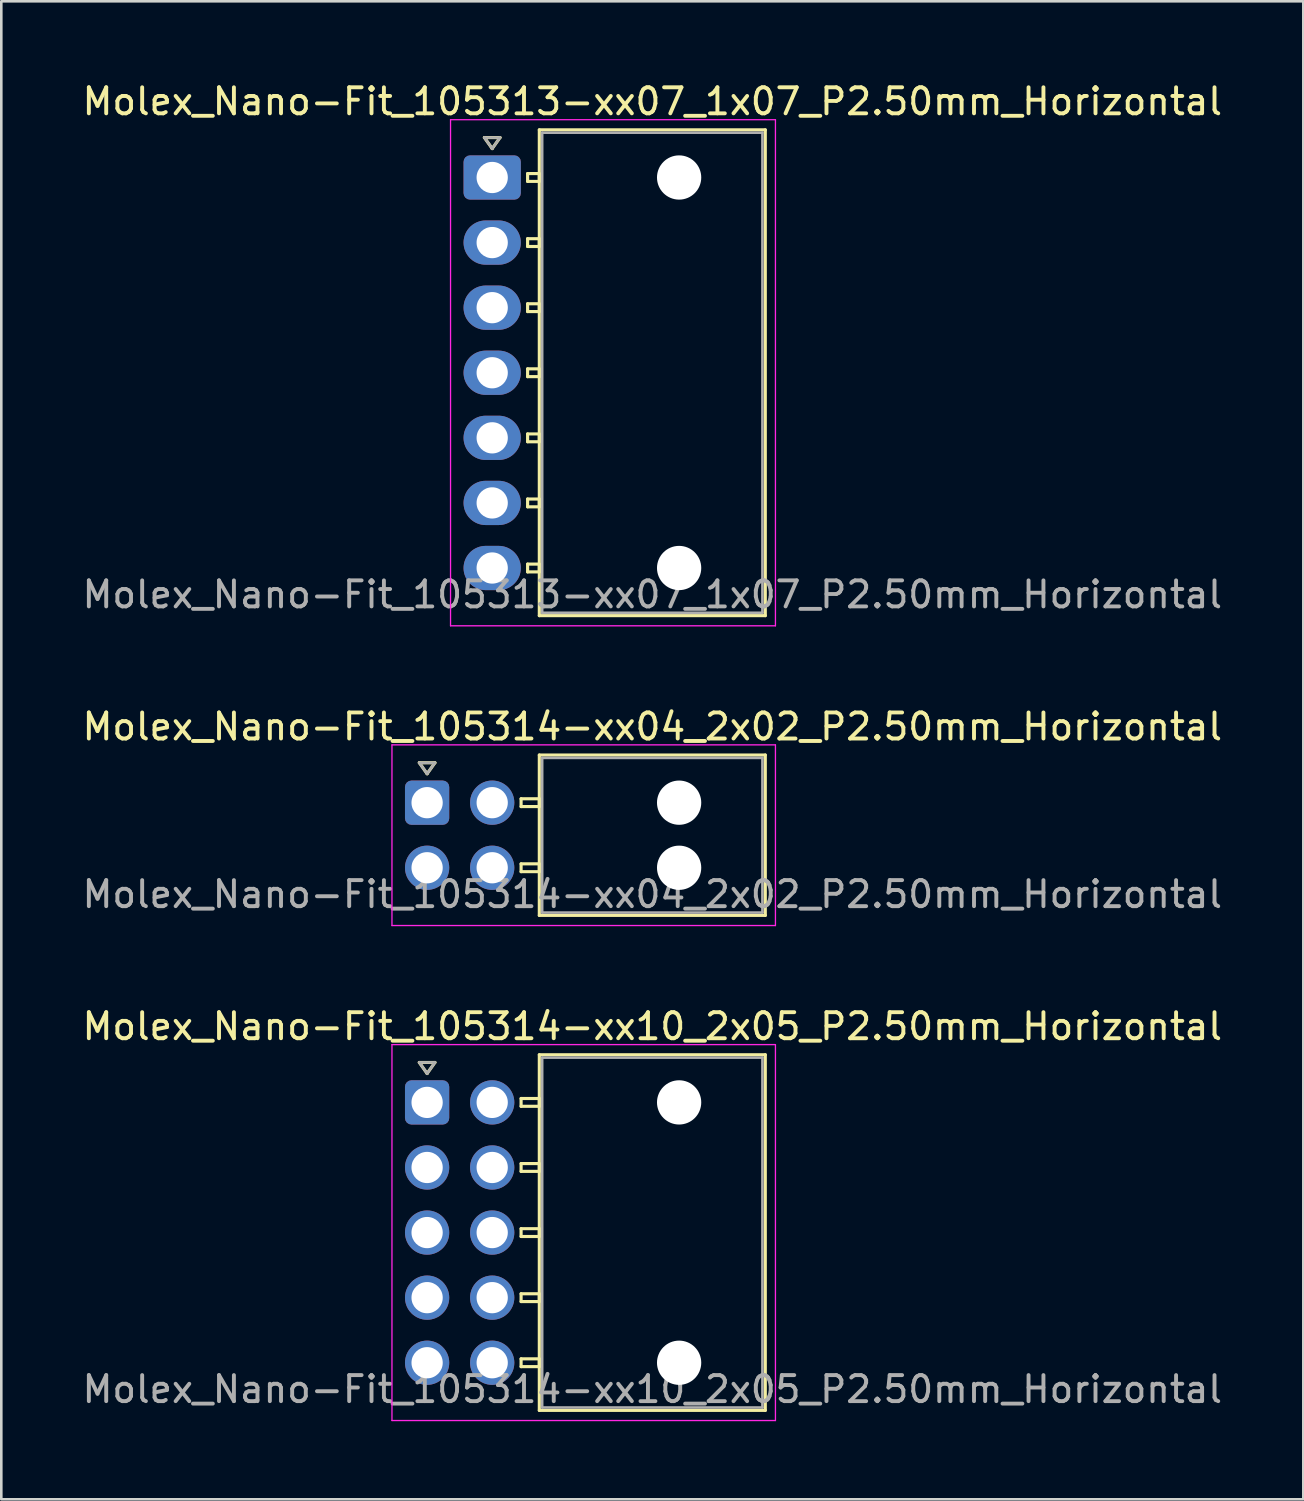
<source format=kicad_pcb>
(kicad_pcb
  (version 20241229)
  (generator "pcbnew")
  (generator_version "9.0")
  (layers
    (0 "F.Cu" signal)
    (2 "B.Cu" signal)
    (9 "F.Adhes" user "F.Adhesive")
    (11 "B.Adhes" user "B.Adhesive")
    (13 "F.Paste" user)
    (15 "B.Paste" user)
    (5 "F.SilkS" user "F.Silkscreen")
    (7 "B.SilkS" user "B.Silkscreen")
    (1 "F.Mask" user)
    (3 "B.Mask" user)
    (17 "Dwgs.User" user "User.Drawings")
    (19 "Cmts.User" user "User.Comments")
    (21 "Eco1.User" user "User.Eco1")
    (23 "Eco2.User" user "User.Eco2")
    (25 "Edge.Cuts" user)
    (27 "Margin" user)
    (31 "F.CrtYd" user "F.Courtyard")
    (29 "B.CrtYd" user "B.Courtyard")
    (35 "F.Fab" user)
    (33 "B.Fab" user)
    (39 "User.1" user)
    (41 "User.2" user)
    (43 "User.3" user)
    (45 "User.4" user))
  (footprint "Molex_Nano-Fit_105314-xx04_2x02_P2.50mm_Horizontal"
    (layer "F.Cu")
    (at 13.356 27.782)
    (property "Reference" "Molex_Nano-Fit_105314-xx04_2x02_P2.50mm_Horizontal" (at 8.65 -2.92 0) (layer "F.SilkS") (effects (font (size 1 1) (thickness 0.15))))
    (attr through_hole)
    (fp_line (start -0.3 -1.534) (end 0 -1.11) (stroke (width 0.12) (type solid)) (layer "F.SilkS"))
    (fp_line (start 0 -1.11) (end 0.3 -1.534) (stroke (width 0.12) (type solid)) (layer "F.SilkS"))
    (fp_line (start 0.3 -1.534) (end -0.3 -1.534) (stroke (width 0.12) (type solid)) (layer "F.SilkS"))
    (fp_line (start 3.61 -0.15) (end 3.61 0.15) (stroke (width 0.12) (type solid)) (layer "F.SilkS"))
    (fp_line (start 3.61 0.15) (end 4.31 0.15) (stroke (width 0.12) (type solid)) (layer "F.SilkS"))
    (fp_line (start 3.61 2.35) (end 3.61 2.65) (stroke (width 0.12) (type solid)) (layer "F.SilkS"))
    (fp_line (start 3.61 2.65) (end 4.31 2.65) (stroke (width 0.12) (type solid)) (layer "F.SilkS"))
    (fp_line (start 4.31 -1.83) (end 4.31 4.33) (stroke (width 0.12) (type solid)) (layer "F.SilkS"))
    (fp_line (start 4.31 -0.15) (end 3.61 -0.15) (stroke (width 0.12) (type solid)) (layer "F.SilkS"))
    (fp_line (start 4.31 0.15) (end 4.31 -0.15) (stroke (width 0.12) (type solid)) (layer "F.SilkS"))
    (fp_line (start 4.31 2.35) (end 3.61 2.35) (stroke (width 0.12) (type solid)) (layer "F.SilkS"))
    (fp_line (start 4.31 2.65) (end 4.31 2.35) (stroke (width 0.12) (type solid)) (layer "F.SilkS"))
    (fp_line (start 4.31 4.33) (end 12.99 4.33) (stroke (width 0.12) (type solid)) (layer "F.SilkS"))
    (fp_line (start 12.99 -1.83) (end 4.31 -1.83) (stroke (width 0.12) (type solid)) (layer "F.SilkS"))
    (fp_line (start 12.99 4.33) (end 12.99 -1.83) (stroke (width 0.12) (type solid)) (layer "F.SilkS"))
    (fp_line (start -1.35 -2.22) (end -1.35 4.72) (stroke (width 0.05) (type solid)) (layer "F.CrtYd"))
    (fp_line (start -1.35 4.72) (end 13.38 4.72) (stroke (width 0.05) (type solid)) (layer "F.CrtYd"))
    (fp_line (start 13.38 -2.22) (end -1.35 -2.22) (stroke (width 0.05) (type solid)) (layer "F.CrtYd"))
    (fp_line (start 13.38 4.72) (end 13.38 -2.22) (stroke (width 0.05) (type solid)) (layer "F.CrtYd"))
    (fp_line (start -0.3 -1.534) (end 0 -1.11) (stroke (width 0.1) (type solid)) (layer "F.Fab"))
    (fp_line (start 0 -1.11) (end 0.3 -1.534) (stroke (width 0.1) (type solid)) (layer "F.Fab"))
    (fp_line (start 0.3 -1.534) (end -0.3 -1.534) (stroke (width 0.1) (type solid)) (layer "F.Fab"))
    (fp_line (start 4.42 -1.72) (end 4.42 4.22) (stroke (width 0.1) (type solid)) (layer "F.Fab"))
    (fp_line (start 4.42 4.22) (end 12.88 4.22) (stroke (width 0.1) (type solid)) (layer "F.Fab"))
    (fp_line (start 12.88 -1.72) (end 4.42 -1.72) (stroke (width 0.1) (type solid)) (layer "F.Fab"))
    (fp_line (start 12.88 4.22) (end 12.88 -1.72) (stroke (width 0.1) (type solid)) (layer "F.Fab"))
    (fp_text user "${REFERENCE}" (at 8.65 3.52 0) (layer "F.Fab") (effects (font (size 1 1) (thickness 0.15))))
    (pad "" np_thru_hole circle (at 9.68 0) (size 1.7 1.7) (drill 1.7) (layers "*.Cu" "*.Mask"))
    (pad "" np_thru_hole circle (at 9.68 2.5) (size 1.7 1.7) (drill 1.7) (layers "*.Cu" "*.Mask"))
    (pad "1" thru_hole roundrect (at 0 0) (size 1.7 1.7) (drill 1.2) (layers "*.Cu" "*.Mask") (roundrect_rratio 0.147))
    (pad "2" thru_hole circle (at 0 2.5) (size 1.7 1.7) (drill 1.2) (layers "*.Cu" "*.Mask"))
    (pad "3" thru_hole circle (at 2.5 0) (size 1.7 1.7) (drill 1.2) (layers "*.Cu" "*.Mask"))
    (pad "4" thru_hole circle (at 2.5 2.5) (size 1.7 1.7) (drill 1.2) (layers "*.Cu" "*.Mask")))
  (footprint "Molex_Nano-Fit_105314-xx10_2x05_P2.50mm_Horizontal"
    (layer "F.Cu")
    (at 13.356 39.295)
    (property "Reference" "Molex_Nano-Fit_105314-xx10_2x05_P2.50mm_Horizontal" (at 8.65 -2.92 0) (layer "F.SilkS") (effects (font (size 1 1) (thickness 0.15))))
    (attr through_hole)
    (fp_line (start -0.3 -1.534) (end 0 -1.11) (stroke (width 0.12) (type solid)) (layer "F.SilkS"))
    (fp_line (start 0 -1.11) (end 0.3 -1.534) (stroke (width 0.12) (type solid)) (layer "F.SilkS"))
    (fp_line (start 0.3 -1.534) (end -0.3 -1.534) (stroke (width 0.12) (type solid)) (layer "F.SilkS"))
    (fp_line (start 3.61 -0.15) (end 3.61 0.15) (stroke (width 0.12) (type solid)) (layer "F.SilkS"))
    (fp_line (start 3.61 0.15) (end 4.31 0.15) (stroke (width 0.12) (type solid)) (layer "F.SilkS"))
    (fp_line (start 3.61 2.35) (end 3.61 2.65) (stroke (width 0.12) (type solid)) (layer "F.SilkS"))
    (fp_line (start 3.61 2.65) (end 4.31 2.65) (stroke (width 0.12) (type solid)) (layer "F.SilkS"))
    (fp_line (start 3.61 4.85) (end 3.61 5.15) (stroke (width 0.12) (type solid)) (layer "F.SilkS"))
    (fp_line (start 3.61 5.15) (end 4.31 5.15) (stroke (width 0.12) (type solid)) (layer "F.SilkS"))
    (fp_line (start 3.61 7.35) (end 3.61 7.65) (stroke (width 0.12) (type solid)) (layer "F.SilkS"))
    (fp_line (start 3.61 7.65) (end 4.31 7.65) (stroke (width 0.12) (type solid)) (layer "F.SilkS"))
    (fp_line (start 3.61 9.85) (end 3.61 10.15) (stroke (width 0.12) (type solid)) (layer "F.SilkS"))
    (fp_line (start 3.61 10.15) (end 4.31 10.15) (stroke (width 0.12) (type solid)) (layer "F.SilkS"))
    (fp_line (start 4.31 -1.83) (end 4.31 11.83) (stroke (width 0.12) (type solid)) (layer "F.SilkS"))
    (fp_line (start 4.31 -0.15) (end 3.61 -0.15) (stroke (width 0.12) (type solid)) (layer "F.SilkS"))
    (fp_line (start 4.31 0.15) (end 4.31 -0.15) (stroke (width 0.12) (type solid)) (layer "F.SilkS"))
    (fp_line (start 4.31 2.35) (end 3.61 2.35) (stroke (width 0.12) (type solid)) (layer "F.SilkS"))
    (fp_line (start 4.31 2.65) (end 4.31 2.35) (stroke (width 0.12) (type solid)) (layer "F.SilkS"))
    (fp_line (start 4.31 4.85) (end 3.61 4.85) (stroke (width 0.12) (type solid)) (layer "F.SilkS"))
    (fp_line (start 4.31 5.15) (end 4.31 4.85) (stroke (width 0.12) (type solid)) (layer "F.SilkS"))
    (fp_line (start 4.31 7.35) (end 3.61 7.35) (stroke (width 0.12) (type solid)) (layer "F.SilkS"))
    (fp_line (start 4.31 7.65) (end 4.31 7.35) (stroke (width 0.12) (type solid)) (layer "F.SilkS"))
    (fp_line (start 4.31 9.85) (end 3.61 9.85) (stroke (width 0.12) (type solid)) (layer "F.SilkS"))
    (fp_line (start 4.31 10.15) (end 4.31 9.85) (stroke (width 0.12) (type solid)) (layer "F.SilkS"))
    (fp_line (start 4.31 11.83) (end 12.99 11.83) (stroke (width 0.12) (type solid)) (layer "F.SilkS"))
    (fp_line (start 12.99 -1.83) (end 4.31 -1.83) (stroke (width 0.12) (type solid)) (layer "F.SilkS"))
    (fp_line (start 12.99 11.83) (end 12.99 -1.83) (stroke (width 0.12) (type solid)) (layer "F.SilkS"))
    (fp_line (start -1.35 -2.22) (end -1.35 12.22) (stroke (width 0.05) (type solid)) (layer "F.CrtYd"))
    (fp_line (start -1.35 12.22) (end 13.38 12.22) (stroke (width 0.05) (type solid)) (layer "F.CrtYd"))
    (fp_line (start 13.38 -2.22) (end -1.35 -2.22) (stroke (width 0.05) (type solid)) (layer "F.CrtYd"))
    (fp_line (start 13.38 12.22) (end 13.38 -2.22) (stroke (width 0.05) (type solid)) (layer "F.CrtYd"))
    (fp_line (start -0.3 -1.534) (end 0 -1.11) (stroke (width 0.1) (type solid)) (layer "F.Fab"))
    (fp_line (start 0 -1.11) (end 0.3 -1.534) (stroke (width 0.1) (type solid)) (layer "F.Fab"))
    (fp_line (start 0.3 -1.534) (end -0.3 -1.534) (stroke (width 0.1) (type solid)) (layer "F.Fab"))
    (fp_line (start 4.42 -1.72) (end 4.42 11.72) (stroke (width 0.1) (type solid)) (layer "F.Fab"))
    (fp_line (start 4.42 11.72) (end 12.88 11.72) (stroke (width 0.1) (type solid)) (layer "F.Fab"))
    (fp_line (start 12.88 -1.72) (end 4.42 -1.72) (stroke (width 0.1) (type solid)) (layer "F.Fab"))
    (fp_line (start 12.88 11.72) (end 12.88 -1.72) (stroke (width 0.1) (type solid)) (layer "F.Fab"))
    (fp_text user "${REFERENCE}" (at 8.65 11.02 0) (layer "F.Fab") (effects (font (size 1 1) (thickness 0.15))))
    (pad "" np_thru_hole circle (at 9.68 0) (size 1.7 1.7) (drill 1.7) (layers "*.Cu" "*.Mask"))
    (pad "" np_thru_hole circle (at 9.68 10) (size 1.7 1.7) (drill 1.7) (layers "*.Cu" "*.Mask"))
    (pad "1" thru_hole roundrect (at 0 0) (size 1.7 1.7) (drill 1.2) (layers "*.Cu" "*.Mask") (roundrect_rratio 0.147))
    (pad "2" thru_hole circle (at 0 2.5) (size 1.7 1.7) (drill 1.2) (layers "*.Cu" "*.Mask"))
    (pad "3" thru_hole circle (at 0 5) (size 1.7 1.7) (drill 1.2) (layers "*.Cu" "*.Mask"))
    (pad "4" thru_hole circle (at 0 7.5) (size 1.7 1.7) (drill 1.2) (layers "*.Cu" "*.Mask"))
    (pad "5" thru_hole circle (at 0 10) (size 1.7 1.7) (drill 1.2) (layers "*.Cu" "*.Mask"))
    (pad "6" thru_hole circle (at 2.5 0) (size 1.7 1.7) (drill 1.2) (layers "*.Cu" "*.Mask"))
    (pad "7" thru_hole circle (at 2.5 2.5) (size 1.7 1.7) (drill 1.2) (layers "*.Cu" "*.Mask"))
    (pad "8" thru_hole circle (at 2.5 5) (size 1.7 1.7) (drill 1.2) (layers "*.Cu" "*.Mask"))
    (pad "9" thru_hole circle (at 2.5 7.5) (size 1.7 1.7) (drill 1.2) (layers "*.Cu" "*.Mask"))
    (pad "10" thru_hole circle (at 2.5 10) (size 1.7 1.7) (drill 1.2) (layers "*.Cu" "*.Mask")))
  (footprint "Molex_Nano-Fit_105313-xx07_1x07_P2.50mm_Horizontal"
    (layer "F.Cu")
    (at 15.856 3.768)
    (property "Reference" "Molex_Nano-Fit_105313-xx07_1x07_P2.50mm_Horizontal" (at 6.15 -2.92 0) (layer "F.SilkS") (effects (font (size 1 1) (thickness 0.15))))
    (attr through_hole)
    (fp_line (start -0.3 -1.534) (end 0 -1.11) (stroke (width 0.12) (type solid)) (layer "F.SilkS"))
    (fp_line (start 0 -1.11) (end 0.3 -1.534) (stroke (width 0.12) (type solid)) (layer "F.SilkS"))
    (fp_line (start 0.3 -1.534) (end -0.3 -1.534) (stroke (width 0.12) (type solid)) (layer "F.SilkS"))
    (fp_line (start 1.36 -0.15) (end 1.36 0.15) (stroke (width 0.12) (type solid)) (layer "F.SilkS"))
    (fp_line (start 1.36 0.15) (end 1.81 0.15) (stroke (width 0.12) (type solid)) (layer "F.SilkS"))
    (fp_line (start 1.36 2.35) (end 1.36 2.65) (stroke (width 0.12) (type solid)) (layer "F.SilkS"))
    (fp_line (start 1.36 2.65) (end 1.81 2.65) (stroke (width 0.12) (type solid)) (layer "F.SilkS"))
    (fp_line (start 1.36 4.85) (end 1.36 5.15) (stroke (width 0.12) (type solid)) (layer "F.SilkS"))
    (fp_line (start 1.36 5.15) (end 1.81 5.15) (stroke (width 0.12) (type solid)) (layer "F.SilkS"))
    (fp_line (start 1.36 7.35) (end 1.36 7.65) (stroke (width 0.12) (type solid)) (layer "F.SilkS"))
    (fp_line (start 1.36 7.65) (end 1.81 7.65) (stroke (width 0.12) (type solid)) (layer "F.SilkS"))
    (fp_line (start 1.36 9.85) (end 1.36 10.15) (stroke (width 0.12) (type solid)) (layer "F.SilkS"))
    (fp_line (start 1.36 10.15) (end 1.81 10.15) (stroke (width 0.12) (type solid)) (layer "F.SilkS"))
    (fp_line (start 1.36 12.35) (end 1.36 12.65) (stroke (width 0.12) (type solid)) (layer "F.SilkS"))
    (fp_line (start 1.36 12.65) (end 1.81 12.65) (stroke (width 0.12) (type solid)) (layer "F.SilkS"))
    (fp_line (start 1.36 14.85) (end 1.36 15.15) (stroke (width 0.12) (type solid)) (layer "F.SilkS"))
    (fp_line (start 1.36 15.15) (end 1.81 15.15) (stroke (width 0.12) (type solid)) (layer "F.SilkS"))
    (fp_line (start 1.81 -1.83) (end 1.81 16.83) (stroke (width 0.12) (type solid)) (layer "F.SilkS"))
    (fp_line (start 1.81 -0.15) (end 1.36 -0.15) (stroke (width 0.12) (type solid)) (layer "F.SilkS"))
    (fp_line (start 1.81 0.15) (end 1.81 -0.15) (stroke (width 0.12) (type solid)) (layer "F.SilkS"))
    (fp_line (start 1.81 2.35) (end 1.36 2.35) (stroke (width 0.12) (type solid)) (layer "F.SilkS"))
    (fp_line (start 1.81 2.65) (end 1.81 2.35) (stroke (width 0.12) (type solid)) (layer "F.SilkS"))
    (fp_line (start 1.81 4.85) (end 1.36 4.85) (stroke (width 0.12) (type solid)) (layer "F.SilkS"))
    (fp_line (start 1.81 5.15) (end 1.81 4.85) (stroke (width 0.12) (type solid)) (layer "F.SilkS"))
    (fp_line (start 1.81 7.35) (end 1.36 7.35) (stroke (width 0.12) (type solid)) (layer "F.SilkS"))
    (fp_line (start 1.81 7.65) (end 1.81 7.35) (stroke (width 0.12) (type solid)) (layer "F.SilkS"))
    (fp_line (start 1.81 9.85) (end 1.36 9.85) (stroke (width 0.12) (type solid)) (layer "F.SilkS"))
    (fp_line (start 1.81 10.15) (end 1.81 9.85) (stroke (width 0.12) (type solid)) (layer "F.SilkS"))
    (fp_line (start 1.81 12.35) (end 1.36 12.35) (stroke (width 0.12) (type solid)) (layer "F.SilkS"))
    (fp_line (start 1.81 12.65) (end 1.81 12.35) (stroke (width 0.12) (type solid)) (layer "F.SilkS"))
    (fp_line (start 1.81 14.85) (end 1.36 14.85) (stroke (width 0.12) (type solid)) (layer "F.SilkS"))
    (fp_line (start 1.81 15.15) (end 1.81 14.85) (stroke (width 0.12) (type solid)) (layer "F.SilkS"))
    (fp_line (start 1.81 16.83) (end 10.49 16.83) (stroke (width 0.12) (type solid)) (layer "F.SilkS"))
    (fp_line (start 10.49 -1.83) (end 1.81 -1.83) (stroke (width 0.12) (type solid)) (layer "F.SilkS"))
    (fp_line (start 10.49 16.83) (end 10.49 -1.83) (stroke (width 0.12) (type solid)) (layer "F.SilkS"))
    (fp_line (start -1.6 -2.22) (end -1.6 17.22) (stroke (width 0.05) (type solid)) (layer "F.CrtYd"))
    (fp_line (start -1.6 17.22) (end 10.88 17.22) (stroke (width 0.05) (type solid)) (layer "F.CrtYd"))
    (fp_line (start 10.88 -2.22) (end -1.6 -2.22) (stroke (width 0.05) (type solid)) (layer "F.CrtYd"))
    (fp_line (start 10.88 17.22) (end 10.88 -2.22) (stroke (width 0.05) (type solid)) (layer "F.CrtYd"))
    (fp_line (start -0.3 -1.534) (end 0 -1.11) (stroke (width 0.1) (type solid)) (layer "F.Fab"))
    (fp_line (start 0 -1.11) (end 0.3 -1.534) (stroke (width 0.1) (type solid)) (layer "F.Fab"))
    (fp_line (start 0.3 -1.534) (end -0.3 -1.534) (stroke (width 0.1) (type solid)) (layer "F.Fab"))
    (fp_line (start 1.92 -1.72) (end 1.92 16.72) (stroke (width 0.1) (type solid)) (layer "F.Fab"))
    (fp_line (start 1.92 16.72) (end 10.38 16.72) (stroke (width 0.1) (type solid)) (layer "F.Fab"))
    (fp_line (start 10.38 -1.72) (end 1.92 -1.72) (stroke (width 0.1) (type solid)) (layer "F.Fab"))
    (fp_line (start 10.38 16.72) (end 10.38 -1.72) (stroke (width 0.1) (type solid)) (layer "F.Fab"))
    (fp_text user "${REFERENCE}" (at 6.15 16.02 0) (layer "F.Fab") (effects (font (size 1 1) (thickness 0.15))))
    (pad "" np_thru_hole circle (at 7.18 0) (size 1.7 1.7) (drill 1.7) (layers "*.Cu" "*.Mask"))
    (pad "" np_thru_hole circle (at 7.18 15) (size 1.7 1.7) (drill 1.7) (layers "*.Cu" "*.Mask"))
    (pad "1" thru_hole roundrect (at 0 0) (size 2.2 1.7) (drill 1.2) (layers "*.Cu" "*.Mask") (roundrect_rratio 0.147))
    (pad "2" thru_hole oval (at 0 2.5) (size 2.2 1.7) (drill 1.2) (layers "*.Cu" "*.Mask"))
    (pad "3" thru_hole oval (at 0 5) (size 2.2 1.7) (drill 1.2) (layers "*.Cu" "*.Mask"))
    (pad "4" thru_hole oval (at 0 7.5) (size 2.2 1.7) (drill 1.2) (layers "*.Cu" "*.Mask"))
    (pad "5" thru_hole oval (at 0 10) (size 2.2 1.7) (drill 1.2) (layers "*.Cu" "*.Mask"))
    (pad "6" thru_hole oval (at 0 12.5) (size 2.2 1.7) (drill 1.2) (layers "*.Cu" "*.Mask"))
    (pad "7" thru_hole oval (at 0 15) (size 2.2 1.7) (drill 1.2) (layers "*.Cu" "*.Mask")))
  (gr_rect
    (start -3 -3)
    (end 47.012 54.54)
    (stroke (width 0.1) (type default))
    (fill no)
    (layer "Edge.Cuts")))
</source>
